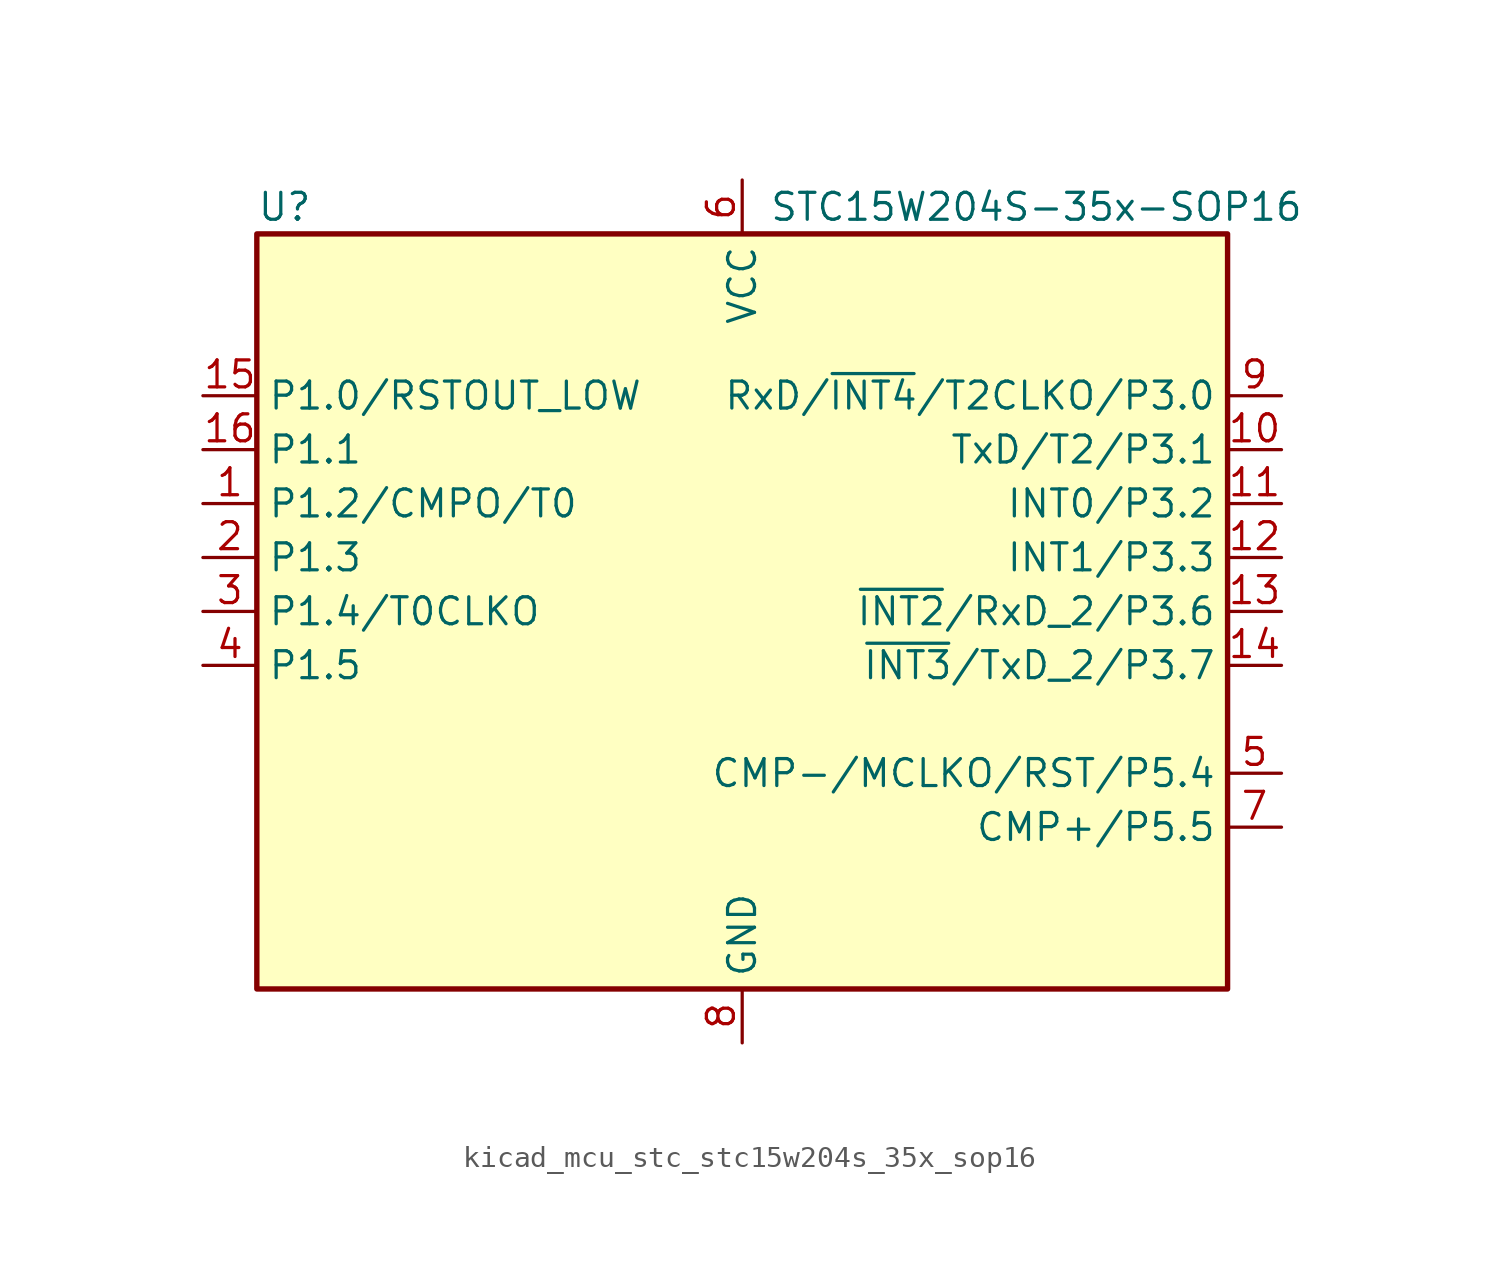
<source format=kicad_sym>
(kicad_symbol_lib
  (version 20220914)
  (generator kicad_symbol_editor)
  (symbol "kicad_mcu_stc_stc15w204s_35x_sop16"
    (property "Reference" "U"
      (at -22.86 19.05 0)
      (effects (font (size 1.27 1.27)) (justify left)))
    (property "Value" "STC15W204S-35x-SOP16"
      (at 1.27 19.05 0)
      (effects (font (size 1.27 1.27)) (justify left)))
    (symbol "kicad_mcu_stc_stc15w204s_35x_sop16_0_1"
      (rectangle (start -22.86 17.78) (end 22.86 -17.78) (stroke (width 0.254) (type default)) (fill (type background))))
    (symbol "kicad_mcu_stc_stc15w204s_35x_sop16_1_1"
      (pin bidirectional line (at -25.4 5.08 0) (length 2.54) (name "P1.2/CMPO/T0" (effects (font (size 1.27 1.27)))) (number "1" (effects (font (size 1.27 1.27)))))
      (pin bidirectional line (at 25.4 7.62 180) (length 2.54) (name "TxD/T2/P3.1" (effects (font (size 1.27 1.27)))) (number "10" (effects (font (size 1.27 1.27)))))
      (pin bidirectional line (at 25.4 5.08 180) (length 2.54) (name "INT0/P3.2" (effects (font (size 1.27 1.27)))) (number "11" (effects (font (size 1.27 1.27)))))
      (pin bidirectional line (at 25.4 2.54 180) (length 2.54) (name "INT1/P3.3" (effects (font (size 1.27 1.27)))) (number "12" (effects (font (size 1.27 1.27)))))
      (pin bidirectional line (at 25.4 0 180) (length 2.54) (name "~{INT2}/RxD_2/P3.6" (effects (font (size 1.27 1.27)))) (number "13" (effects (font (size 1.27 1.27)))))
      (pin bidirectional line (at 25.4 -2.54 180) (length 2.54) (name "~{INT3}/TxD_2/P3.7" (effects (font (size 1.27 1.27)))) (number "14" (effects (font (size 1.27 1.27)))))
      (pin bidirectional line (at -25.4 10.16 0) (length 2.54) (name "P1.0/RSTOUT_LOW" (effects (font (size 1.27 1.27)))) (number "15" (effects (font (size 1.27 1.27)))))
      (pin bidirectional line (at -25.4 7.62 0) (length 2.54) (name "P1.1" (effects (font (size 1.27 1.27)))) (number "16" (effects (font (size 1.27 1.27)))))
      (pin bidirectional line (at -25.4 2.54 0) (length 2.54) (name "P1.3" (effects (font (size 1.27 1.27)))) (number "2" (effects (font (size 1.27 1.27)))))
      (pin bidirectional line (at -25.4 0 0) (length 2.54) (name "P1.4/T0CLKO" (effects (font (size 1.27 1.27)))) (number "3" (effects (font (size 1.27 1.27)))))
      (pin bidirectional line (at -25.4 -2.54 0) (length 2.54) (name "P1.5" (effects (font (size 1.27 1.27)))) (number "4" (effects (font (size 1.27 1.27)))))
      (pin bidirectional line (at 25.4 -7.62 180) (length 2.54) (name "CMP-/MCLKO/RST/P5.4" (effects (font (size 1.27 1.27)))) (number "5" (effects (font (size 1.27 1.27)))))
      (pin power_in line (at 0 20.32 270) (length 2.54) (name "VCC" (effects (font (size 1.27 1.27)))) (number "6" (effects (font (size 1.27 1.27)))))
      (pin bidirectional line (at 25.4 -10.16 180) (length 2.54) (name "CMP+/P5.5" (effects (font (size 1.27 1.27)))) (number "7" (effects (font (size 1.27 1.27)))))
      (pin power_in line (at 0 -20.32 90) (length 2.54) (name "GND" (effects (font (size 1.27 1.27)))) (number "8" (effects (font (size 1.27 1.27)))))
      (pin bidirectional line (at 25.4 10.16 180) (length 2.54) (name "RxD/~{INT4}/T2CLKO/P3.0" (effects (font (size 1.27 1.27)))) (number "9" (effects (font (size 1.27 1.27))))))))
</source>
